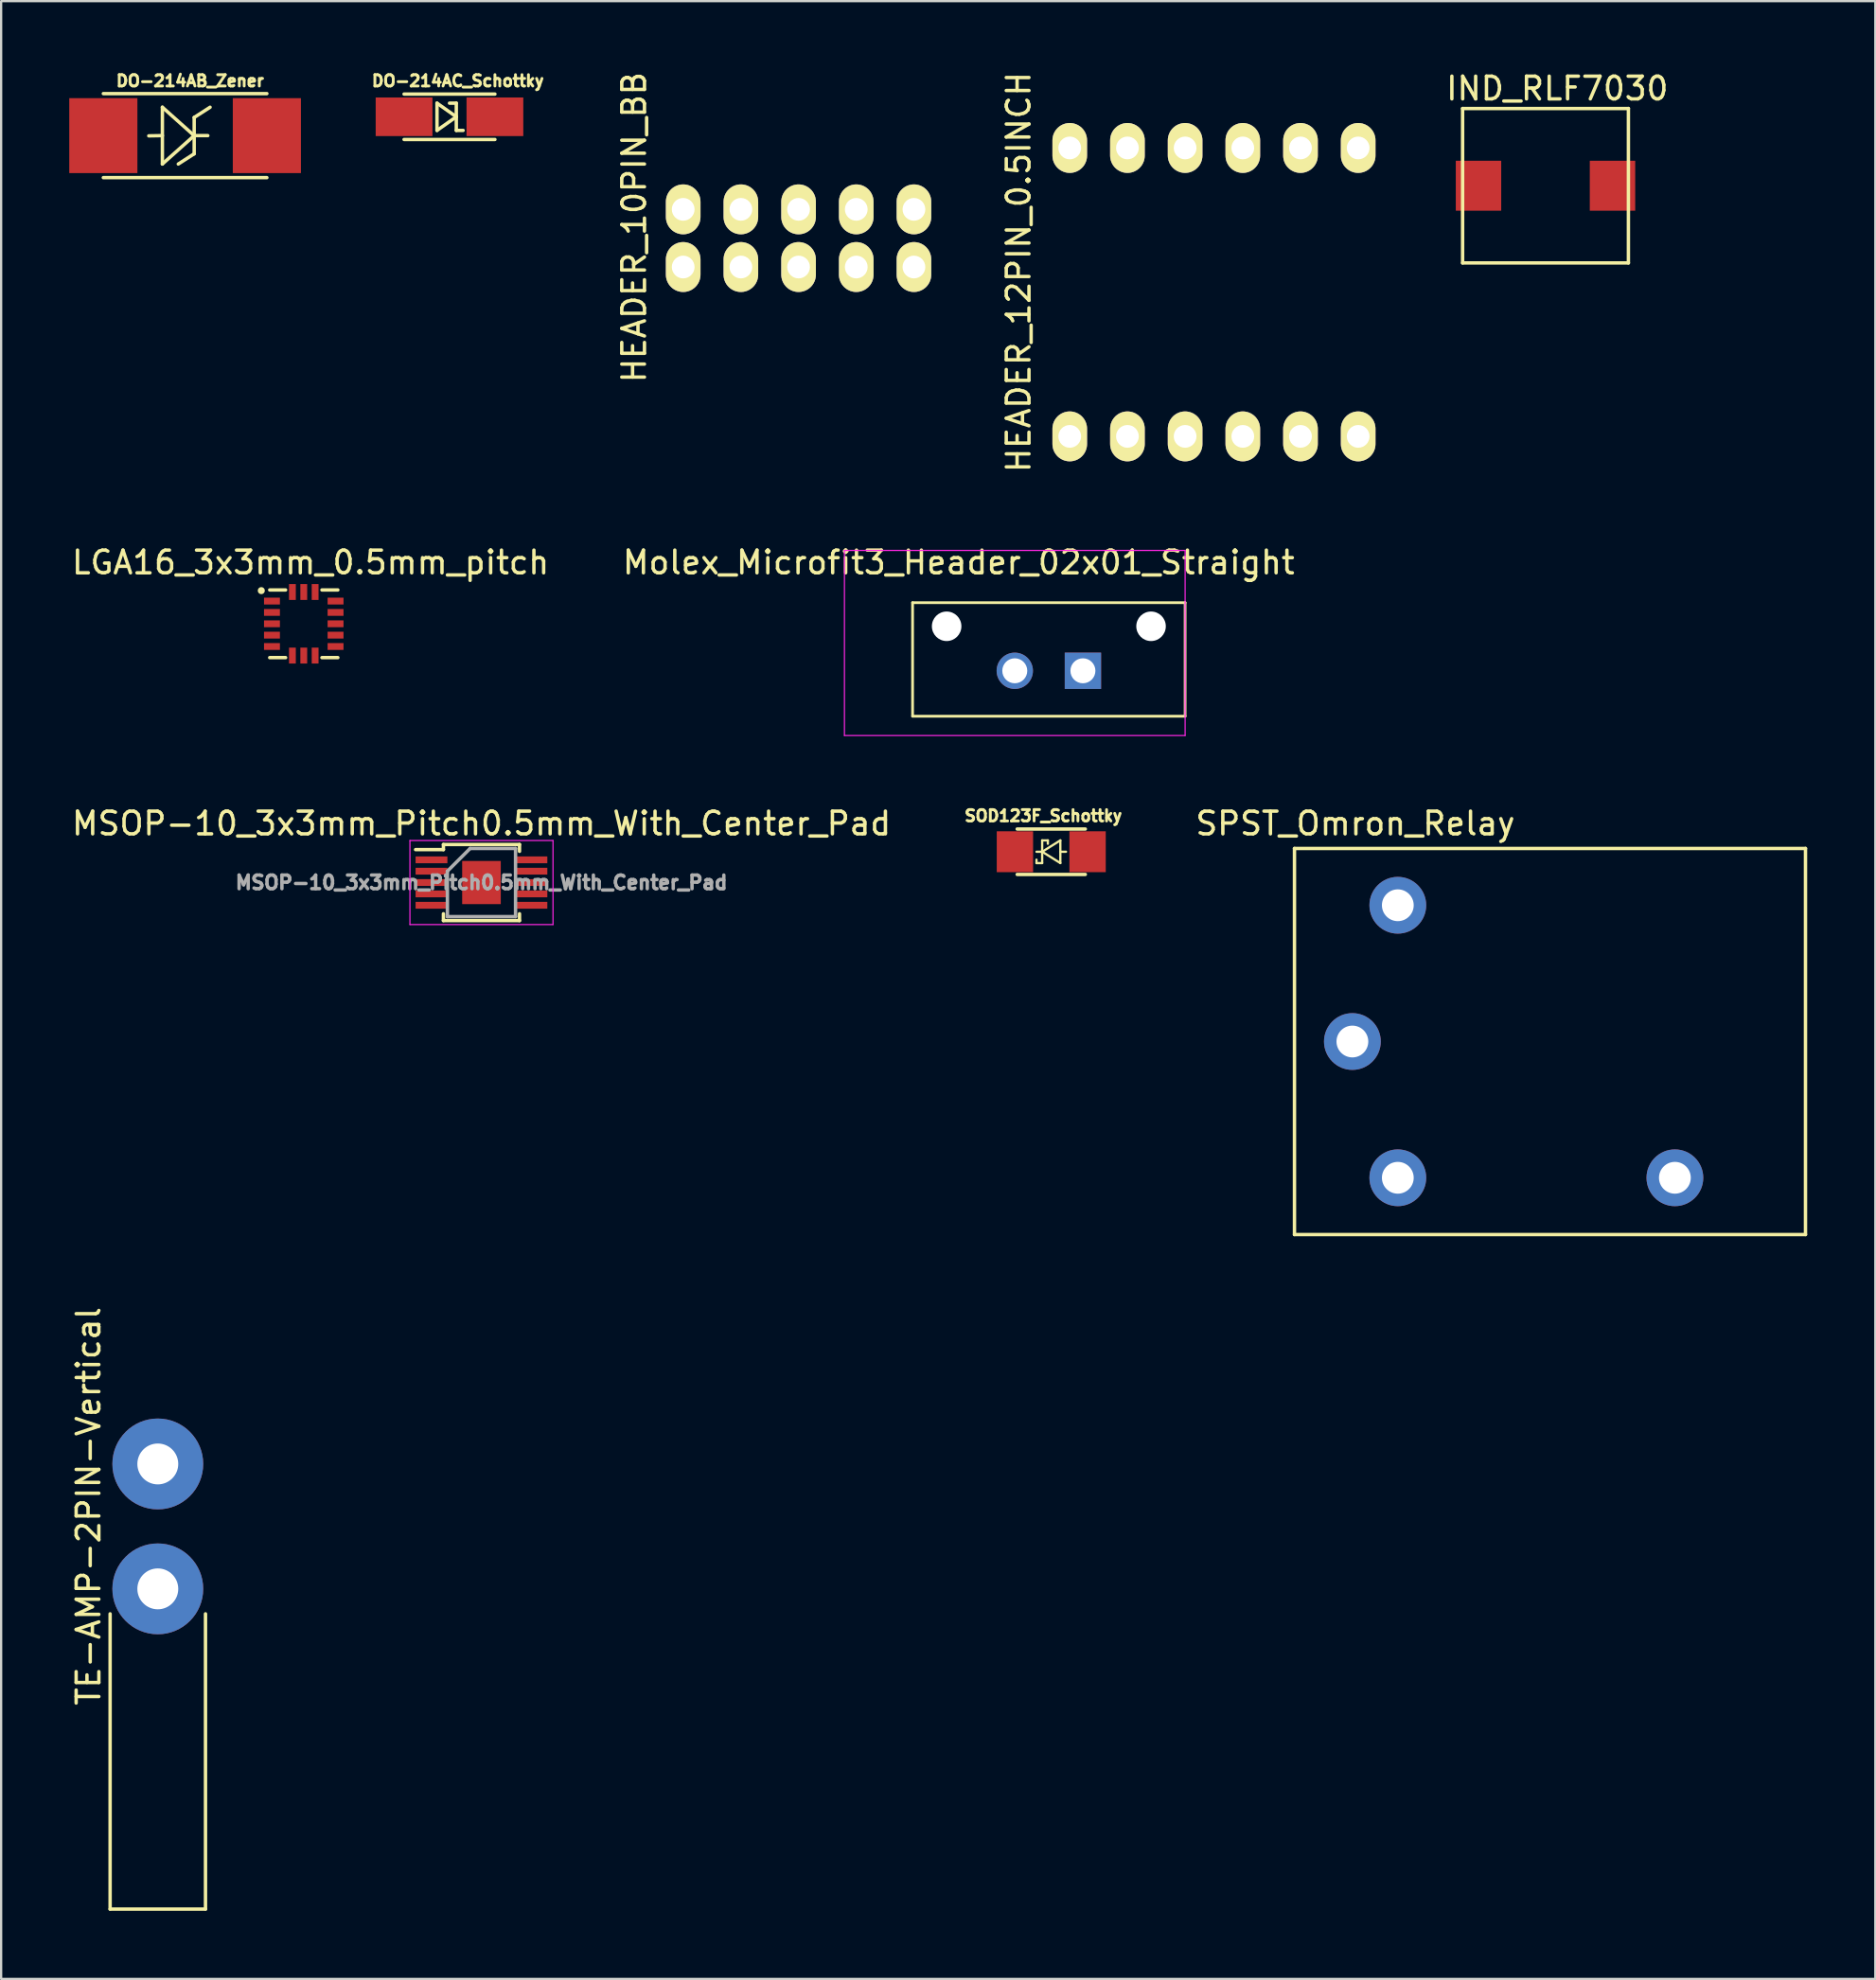
<source format=kicad_pcb>
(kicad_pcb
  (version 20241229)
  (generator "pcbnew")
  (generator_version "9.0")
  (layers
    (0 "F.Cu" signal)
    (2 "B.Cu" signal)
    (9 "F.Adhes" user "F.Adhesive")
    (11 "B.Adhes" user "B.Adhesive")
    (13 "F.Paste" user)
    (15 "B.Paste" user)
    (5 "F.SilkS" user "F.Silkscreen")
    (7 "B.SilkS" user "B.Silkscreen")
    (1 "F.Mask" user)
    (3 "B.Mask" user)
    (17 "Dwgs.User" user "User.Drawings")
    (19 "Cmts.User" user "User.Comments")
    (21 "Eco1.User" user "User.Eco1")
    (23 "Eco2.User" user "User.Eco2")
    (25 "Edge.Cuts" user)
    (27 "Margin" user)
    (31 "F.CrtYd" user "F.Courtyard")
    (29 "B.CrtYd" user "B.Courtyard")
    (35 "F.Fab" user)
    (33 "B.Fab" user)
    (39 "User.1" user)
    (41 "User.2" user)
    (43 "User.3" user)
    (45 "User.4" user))
  (footprint "DO-214AB_Zener"
    (layer "F.Cu")
    (at 1.5 2.922)
    (property "Reference" "DO-214AB_Zener" (at 3.82 -2.41 0) (layer "F.SilkS") (effects (font (size 0.5 0.5) (thickness 0.125))))
    (attr through_hole)
    (fp_line (start 0 -1.85) (end 7.2 -1.85) (stroke (width 0.15) (type solid)) (layer "F.SilkS"))
    (fp_line (start 0 1.85) (end 7.2 1.85) (stroke (width 0.15) (type solid)) (layer "F.SilkS"))
    (fp_line (start 2.6 -1.25) (end 2.6 1.25) (stroke (width 0.15) (type solid)) (layer "F.SilkS"))
    (fp_line (start 2.6 0) (end 2 0.01) (stroke (width 0.15) (type solid)) (layer "F.SilkS"))
    (fp_line (start 2.6 1.25) (end 4 0) (stroke (width 0.15) (type solid)) (layer "F.SilkS"))
    (fp_line (start 4 -0.8) (end 4.7 -1.25) (stroke (width 0.15) (type solid)) (layer "F.SilkS"))
    (fp_line (start 4 0) (end 2.6 -1.25) (stroke (width 0.15) (type solid)) (layer "F.SilkS"))
    (fp_line (start 4 0) (end 4.6 0) (stroke (width 0.15) (type solid)) (layer "F.SilkS"))
    (fp_line (start 4 0.8) (end 3.3 1.25) (stroke (width 0.15) (type solid)) (layer "F.SilkS"))
    (fp_line (start 4 0.8) (end 4 -0.8) (stroke (width 0.15) (type solid)) (layer "F.SilkS"))
    (pad "1" smd rect (at 7.2 0) (size 3 3.3) (layers "F.Cu" "F.Mask" "F.Paste"))
    (pad "2" smd rect (at 0 0) (size 3 3.3) (layers "F.Cu" "F.Mask" "F.Paste")))
  (footprint "Molex_Microfit3_Header_02x01_Straight"
    (layer "F.Cu")
    (at 44.631 26.487)
    (property "Reference" "Molex_Microfit3_Header_02x01_Straight" (at -5.47 -4.77 0) (layer "F.SilkS") (effects (font (size 1 1) (thickness 0.15))))
    (attr through_hole)
    (fp_line (start -7.5 2) (end -7.5 -3) (stroke (width 0.12) (type solid)) (layer "F.SilkS"))
    (fp_line (start 4.5 -3) (end -7.5 -3) (stroke (width 0.12) (type solid)) (layer "F.SilkS"))
    (fp_line (start 4.5 -3) (end 4.5 2) (stroke (width 0.12) (type solid)) (layer "F.SilkS"))
    (fp_line (start 4.5 2) (end -7.5 2) (stroke (width 0.12) (type solid)) (layer "F.SilkS"))
    (fp_line (start -10.5 2.85) (end -10.5 -5.3) (stroke (width 0.05) (type solid)) (layer "F.CrtYd"))
    (fp_line (start 4.5 -5.3) (end -10.5 -5.3) (stroke (width 0.05) (type solid)) (layer "F.CrtYd"))
    (fp_line (start 4.5 2.85) (end -10.5 2.85) (stroke (width 0.05) (type solid)) (layer "F.CrtYd"))
    (fp_line (start 4.5 2.85) (end 4.5 -5.3) (stroke (width 0.05) (type solid)) (layer "F.CrtYd"))
    (pad "" np_thru_hole circle (at -6 -1.96) (size 1.3 1.3) (drill 1.3) (layers "*.Cu" "*.Mask"))
    (pad "" np_thru_hole circle (at 3 -1.96) (size 1.3 1.3) (drill 1.3) (layers "*.Cu" "*.Mask"))
    (pad "1" thru_hole rect (at 0 0) (size 1.6 1.6) (drill 1.1) (layers "*.Cu" "*.Mask"))
    (pad "2" thru_hole circle (at -3 0) (size 1.6 1.6) (drill 1.1) (layers "*.Cu" "*.Mask")))
  (footprint "SPST_Omron_Relay"
    (layer "F.Cu")
    (at 56.496 42.811)
    (property "Reference" "SPST_Omron_Relay" (at 0.13 -9.6 0) (layer "F.SilkS") (effects (font (size 1 1) (thickness 0.15))))
    (attr through_hole)
    (fp_line (start -2.55 -8.5) (end 19.95 -8.5) (stroke (width 0.15) (type solid)) (layer "F.SilkS"))
    (fp_line (start -2.55 8.5) (end -2.55 -8.5) (stroke (width 0.15) (type solid)) (layer "F.SilkS"))
    (fp_line (start 19.95 -8.5) (end 19.95 8.5) (stroke (width 0.15) (type solid)) (layer "F.SilkS"))
    (fp_line (start 19.95 8.5) (end -2.55 8.5) (stroke (width 0.15) (type solid)) (layer "F.SilkS"))
    (pad "1" thru_hole circle (at 0 0) (size 2.5 2.5) (drill 1.4) (layers "*.Cu" "*.Mask"))
    (pad "2" thru_hole circle (at 2 6) (size 2.5 2.5) (drill 1.4) (layers "*.Cu" "*.Mask"))
    (pad "3" thru_hole circle (at 14.2 6) (size 2.5 2.5) (drill 1.4) (layers "*.Cu" "*.Mask"))
    (pad "5" thru_hole circle (at 2 -6) (size 2.5 2.5) (drill 1.4) (layers "*.Cu" "*.Mask")))
  (footprint "MSOP-10_3x3mm_Pitch0.5mm_With_Center_Pad"
    (layer "F.Cu")
    (at 18.149 35.811)
    (property "Reference" "MSOP-10_3x3mm_Pitch0.5mm_With_Center_Pad" (at 0 -2.6 0) (layer "F.SilkS") (effects (font (size 1 1) (thickness 0.15))))
    (attr smd)
    (fp_line (start -1.675 -1.675) (end -1.675 -1.45) (stroke (width 0.15) (type solid)) (layer "F.SilkS"))
    (fp_line (start -1.675 -1.675) (end 1.675 -1.675) (stroke (width 0.15) (type solid)) (layer "F.SilkS"))
    (fp_line (start -1.675 -1.45) (end -2.9 -1.45) (stroke (width 0.15) (type solid)) (layer "F.SilkS"))
    (fp_line (start -1.675 1.675) (end -1.675 1.375) (stroke (width 0.15) (type solid)) (layer "F.SilkS"))
    (fp_line (start -1.675 1.675) (end 1.675 1.675) (stroke (width 0.15) (type solid)) (layer "F.SilkS"))
    (fp_line (start 1.675 -1.675) (end 1.675 -1.375) (stroke (width 0.15) (type solid)) (layer "F.SilkS"))
    (fp_line (start 1.675 1.675) (end 1.675 1.375) (stroke (width 0.15) (type solid)) (layer "F.SilkS"))
    (fp_line (start -3.15 -1.85) (end -3.15 1.85) (stroke (width 0.05) (type solid)) (layer "F.CrtYd"))
    (fp_line (start -3.15 -1.85) (end 3.15 -1.85) (stroke (width 0.05) (type solid)) (layer "F.CrtYd"))
    (fp_line (start -3.15 1.85) (end 3.15 1.85) (stroke (width 0.05) (type solid)) (layer "F.CrtYd"))
    (fp_line (start 3.15 -1.85) (end 3.15 1.85) (stroke (width 0.05) (type solid)) (layer "F.CrtYd"))
    (fp_line (start -1.5 -0.5) (end -0.5 -1.5) (stroke (width 0.15) (type solid)) (layer "F.Fab"))
    (fp_line (start -1.5 1.5) (end -1.5 -0.5) (stroke (width 0.15) (type solid)) (layer "F.Fab"))
    (fp_line (start -0.5 -1.5) (end 1.5 -1.5) (stroke (width 0.15) (type solid)) (layer "F.Fab"))
    (fp_line (start 1.5 -1.5) (end 1.5 1.5) (stroke (width 0.15) (type solid)) (layer "F.Fab"))
    (fp_line (start 1.5 1.5) (end -1.5 1.5) (stroke (width 0.15) (type solid)) (layer "F.Fab"))
    (fp_text user "${REFERENCE}" (at 0 0 0) (layer "F.Fab") (effects (font (size 0.6 0.6) (thickness 0.15))))
    (pad "1" smd rect (at -2.2 -1) (size 1.4 0.3) (layers "F.Cu" "F.Mask" "F.Paste"))
    (pad "2" smd rect (at -2.2 -0.5) (size 1.4 0.3) (layers "F.Cu" "F.Mask" "F.Paste"))
    (pad "3" smd rect (at -2.2 0) (size 1.4 0.3) (layers "F.Cu" "F.Mask" "F.Paste"))
    (pad "4" smd rect (at -2.2 0.5) (size 1.4 0.3) (layers "F.Cu" "F.Mask" "F.Paste"))
    (pad "5" smd rect (at -2.2 1) (size 1.4 0.3) (layers "F.Cu" "F.Mask" "F.Paste"))
    (pad "6" smd rect (at 2.2 1) (size 1.4 0.3) (layers "F.Cu" "F.Mask" "F.Paste"))
    (pad "7" smd rect (at 2.2 0.5) (size 1.4 0.3) (layers "F.Cu" "F.Mask" "F.Paste"))
    (pad "8" smd rect (at 2.2 0) (size 1.4 0.3) (layers "F.Cu" "F.Mask" "F.Paste"))
    (pad "9" smd rect (at 2.2 -0.5) (size 1.4 0.3) (layers "F.Cu" "F.Mask" "F.Paste"))
    (pad "10" smd rect (at 2.2 -1) (size 1.4 0.3) (layers "F.Cu" "F.Mask" "F.Paste"))
    (pad "11" smd rect (at 0 0) (size 1.7 1.9) (layers "F.Cu" "F.Mask" "F.Paste")))
  (footprint "LGA16_3x3mm_0.5mm_pitch"
    (layer "F.Cu")
    (at 8.925 23.417)
    (property "Reference" "LGA16_3x3mm_0.5mm_pitch" (at 1.7 -1.7 0) (layer "F.SilkS") (effects (font (size 1 1) (thickness 0.15))))
    (attr through_hole)
    (fp_line (start -0.1 -0.49) (end 0.6 -0.49) (stroke (width 0.15) (type solid)) (layer "F.SilkS"))
    (fp_line (start -0.1 2.49) (end 0.6 2.49) (stroke (width 0.15) (type solid)) (layer "F.SilkS"))
    (fp_line (start 2.2 -0.49) (end 2.9 -0.49) (stroke (width 0.15) (type solid)) (layer "F.SilkS"))
    (fp_line (start 2.2 2.49) (end 2.9 2.49) (stroke (width 0.15) (type solid)) (layer "F.SilkS"))
    (fp_circle (center -0.47 -0.46) (end -0.46 -0.54) (stroke (width 0.15) (type solid)) (fill no) (layer "F.SilkS"))
    (pad "1" smd rect (at 0 0) (size 0.7 0.3) (layers "F.Cu" "F.Mask" "F.Paste"))
    (pad "2" smd rect (at 0 0.5) (size 0.7 0.3) (layers "F.Cu" "F.Mask" "F.Paste"))
    (pad "3" smd rect (at 0 1) (size 0.7 0.3) (layers "F.Cu" "F.Mask" "F.Paste"))
    (pad "4" smd rect (at 0 1.5) (size 0.7 0.3) (layers "F.Cu" "F.Mask" "F.Paste"))
    (pad "5" smd rect (at 0 2) (size 0.7 0.3) (layers "F.Cu" "F.Mask" "F.Paste"))
    (pad "6" smd rect (at 0.9 2.4) (size 0.3 0.7) (layers "F.Cu" "F.Mask" "F.Paste"))
    (pad "7" smd rect (at 1.4 2.4) (size 0.3 0.7) (layers "F.Cu" "F.Mask" "F.Paste"))
    (pad "8" smd rect (at 1.9 2.4) (size 0.3 0.7) (layers "F.Cu" "F.Mask" "F.Paste"))
    (pad "9" smd rect (at 2.8 2) (size 0.7 0.3) (layers "F.Cu" "F.Mask" "F.Paste"))
    (pad "10" smd rect (at 2.8 1.5) (size 0.7 0.3) (layers "F.Cu" "F.Mask" "F.Paste"))
    (pad "11" smd rect (at 2.8 1) (size 0.7 0.3) (layers "F.Cu" "F.Mask" "F.Paste"))
    (pad "12" smd rect (at 2.8 0.5) (size 0.7 0.3) (layers "F.Cu" "F.Mask" "F.Paste"))
    (pad "13" smd rect (at 2.8 0) (size 0.7 0.3) (layers "F.Cu" "F.Mask" "F.Paste"))
    (pad "14" smd rect (at 1.9 -0.4) (size 0.3 0.7) (layers "F.Cu" "F.Mask" "F.Paste"))
    (pad "15" smd rect (at 1.4 -0.4) (size 0.3 0.7) (layers "F.Cu" "F.Mask" "F.Paste"))
    (pad "16" smd rect (at 0.9 -0.4) (size 0.3 0.7) (layers "F.Cu" "F.Mask" "F.Paste")))
  (footprint "HEADER_12PIN_0.5INCH"
    (layer "F.Cu")
    (at 50.401 9.815)
    (property "Reference" "HEADER_12PIN_0.5INCH" (at -8.6 -0.88 90) (layer "F.SilkS") (effects (font (size 1 1) (thickness 0.15))))
    (attr through_hole)
    (pad "1" thru_hole oval (at -6.35 6.35) (size 1.524 2.197) (drill 1.001) (layers "*.Cu" "*.Mask" "F.SilkS"))
    (pad "2" thru_hole oval (at -3.81 6.35) (size 1.524 2.197) (drill 1.001) (layers "*.Cu" "*.Mask" "F.SilkS"))
    (pad "3" thru_hole oval (at -1.27 6.35) (size 1.524 2.197) (drill 1.001) (layers "*.Cu" "*.Mask" "F.SilkS"))
    (pad "4" thru_hole oval (at 1.27 6.35) (size 1.524 2.197) (drill 1.001) (layers "*.Cu" "*.Mask" "F.SilkS"))
    (pad "5" thru_hole oval (at 3.81 6.35) (size 1.524 2.197) (drill 1.001) (layers "*.Cu" "*.Mask" "F.SilkS"))
    (pad "6" thru_hole oval (at 6.35 6.35) (size 1.524 2.197) (drill 1.001) (layers "*.Cu" "*.Mask" "F.SilkS"))
    (pad "7" thru_hole oval (at 6.35 -6.35) (size 1.524 2.197) (drill 1.001) (layers "*.Cu" "*.Mask" "F.SilkS"))
    (pad "8" thru_hole oval (at 3.81 -6.35) (size 1.524 2.197) (drill 1.001) (layers "*.Cu" "*.Mask" "F.SilkS"))
    (pad "9" thru_hole oval (at 1.27 -6.35) (size 1.524 2.197) (drill 1.001) (layers "*.Cu" "*.Mask" "F.SilkS"))
    (pad "10" thru_hole oval (at -1.27 -6.35) (size 1.524 2.197) (drill 1.001) (layers "*.Cu" "*.Mask" "F.SilkS"))
    (pad "11" thru_hole oval (at -3.81 -6.35) (size 1.524 2.197) (drill 1.001) (layers "*.Cu" "*.Mask" "F.SilkS"))
    (pad "12" thru_hole oval (at -6.35 -6.35) (size 1.524 2.197) (drill 1.001) (layers "*.Cu" "*.Mask" "F.SilkS")))
  (footprint "HEADER_10PIN_BB"
    (layer "F.Cu")
    (at 32.111 7.438)
    (property "Reference" "HEADER_10PIN_BB" (at -7.24 -0.48 90) (layer "F.SilkS") (effects (font (size 1 1) (thickness 0.15))))
    (attr through_hole)
    (pad "1" thru_hole oval (at -5.08 1.27) (size 1.524 2.197) (drill 1.001) (layers "*.Cu" "*.Mask" "F.SilkS"))
    (pad "2" thru_hole oval (at -5.08 -1.27) (size 1.524 2.197) (drill 1.001) (layers "*.Cu" "*.Mask" "F.SilkS"))
    (pad "3" thru_hole oval (at -2.54 1.27) (size 1.524 2.197) (drill 1.001) (layers "*.Cu" "*.Mask" "F.SilkS"))
    (pad "4" thru_hole oval (at -2.54 -1.27) (size 1.524 2.197) (drill 1.001) (layers "*.Cu" "*.Mask" "F.SilkS"))
    (pad "5" thru_hole oval (at 0 1.27) (size 1.524 2.197) (drill 1.001) (layers "*.Cu" "*.Mask" "F.SilkS"))
    (pad "6" thru_hole oval (at 0 -1.27) (size 1.524 2.197) (drill 1.001) (layers "*.Cu" "*.Mask" "F.SilkS"))
    (pad "7" thru_hole oval (at 2.54 1.27) (size 1.524 2.197) (drill 1.001) (layers "*.Cu" "*.Mask" "F.SilkS"))
    (pad "8" thru_hole oval (at 2.54 -1.27) (size 1.524 2.197) (drill 1.001) (layers "*.Cu" "*.Mask" "F.SilkS"))
    (pad "9" thru_hole oval (at 5.08 1.27) (size 1.524 2.197) (drill 1.001) (layers "*.Cu" "*.Mask" "F.SilkS"))
    (pad "10" thru_hole oval (at 5.08 -1.27) (size 1.524 2.197) (drill 1.001) (layers "*.Cu" "*.Mask" "F.SilkS")))
  (footprint "SOD123F_Schottky"
    (layer "F.Cu")
    (at 43.237 34.454)
    (property "Reference" "SOD123F_Schottky" (at -0.35 -1.58 0) (layer "F.SilkS") (effects (font (size 0.5 0.5) (thickness 0.125))))
    (attr through_hole)
    (fp_line (start -1.5 -1) (end 1.5 -1) (stroke (width 0.15) (type solid)) (layer "F.SilkS"))
    (fp_line (start -1.5 1) (end 1.5 1) (stroke (width 0.15) (type solid)) (layer "F.SilkS"))
    (fp_line (start -0.65 0.5) (end -0.65 0.35) (stroke (width 0.1) (type solid)) (layer "F.SilkS"))
    (fp_line (start -0.4 -0.5) (end -0.4 0.5) (stroke (width 0.1) (type solid)) (layer "F.SilkS"))
    (fp_line (start -0.4 -0.5) (end -0.15 -0.5) (stroke (width 0.1) (type solid)) (layer "F.SilkS"))
    (fp_line (start -0.4 0) (end -0.65 0) (stroke (width 0.1) (type solid)) (layer "F.SilkS"))
    (fp_line (start -0.4 0) (end 0.4 -0.5) (stroke (width 0.1) (type solid)) (layer "F.SilkS"))
    (fp_line (start -0.4 0) (end 0.4 0.5) (stroke (width 0.1) (type solid)) (layer "F.SilkS"))
    (fp_line (start -0.4 0.5) (end -0.65 0.5) (stroke (width 0.1) (type solid)) (layer "F.SilkS"))
    (fp_line (start -0.15 -0.5) (end -0.15 -0.35) (stroke (width 0.1) (type solid)) (layer "F.SilkS"))
    (fp_line (start 0.4 -0.5) (end 0.4 0.5) (stroke (width 0.1) (type solid)) (layer "F.SilkS"))
    (fp_line (start 0.4 0) (end 0.65 0) (stroke (width 0.1) (type solid)) (layer "F.SilkS"))
    (pad "1" smd rect (at 1.6 0) (size 1.6 1.8) (layers "F.Cu" "F.Mask" "F.Paste"))
    (pad "2" smd rect (at -1.6 0) (size 1.6 1.8) (layers "F.Cu" "F.Mask" "F.Paste")))
  (footprint "IND_RLF7030"
    (layer "F.Cu")
    (at 64.999 5.128)
    (property "Reference" "IND_RLF7030" (at 0.52 -4.28 0) (layer "F.SilkS") (effects (font (size 1 1) (thickness 0.15))))
    (attr through_hole)
    (fp_line (start -3.65 -3.4) (end -3.65 3.4) (stroke (width 0.15) (type solid)) (layer "F.SilkS"))
    (fp_line (start -3.65 -3.4) (end 3.65 -3.4) (stroke (width 0.15) (type solid)) (layer "F.SilkS"))
    (fp_line (start -3.65 3.4) (end 3.65 3.4) (stroke (width 0.15) (type solid)) (layer "F.SilkS"))
    (fp_line (start 3.65 3.4) (end 3.65 -3.4) (stroke (width 0.15) (type solid)) (layer "F.SilkS"))
    (pad "1" smd rect (at -2.95 0) (size 2 2.2) (layers "F.Cu" "F.Mask" "F.Paste"))
    (pad "2" smd rect (at 2.95 0) (size 2 2.2) (layers "F.Cu" "F.Mask" "F.Paste")))
  (footprint "DO-214AC_Schottky"
    (layer "F.Cu")
    (at 14.741 2.092)
    (property "Reference" "DO-214AC_Schottky" (at 2.37 -1.58 0) (layer "F.SilkS") (effects (font (size 0.5 0.5) (thickness 0.125))))
    (attr through_hole)
    (fp_line (start 0 -1) (end 4 -1) (stroke (width 0.15) (type solid)) (layer "F.SilkS"))
    (fp_line (start 0 1) (end 4 1) (stroke (width 0.15) (type solid)) (layer "F.SilkS"))
    (fp_line (start 1.45 -0.6) (end 1.45 0.6) (stroke (width 0.15) (type solid)) (layer "F.SilkS"))
    (fp_line (start 1.45 0.6) (end 2.3 0) (stroke (width 0.15) (type solid)) (layer "F.SilkS"))
    (fp_line (start 2 -0.6) (end 2.3 -0.6) (stroke (width 0.15) (type solid)) (layer "F.SilkS"))
    (fp_line (start 2.3 -0.6) (end 2.3 0.6) (stroke (width 0.15) (type solid)) (layer "F.SilkS"))
    (fp_line (start 2.3 0) (end 1.45 -0.6) (stroke (width 0.15) (type solid)) (layer "F.SilkS"))
    (fp_line (start 2.3 0.6) (end 2.6 0.6) (stroke (width 0.15) (type solid)) (layer "F.SilkS"))
    (pad "1" smd rect (at 0 0) (size 2.5 1.7) (layers "F.Cu" "F.Mask" "F.Paste"))
    (pad "2" smd rect (at 4 0) (size 2.5 1.7) (layers "F.Cu" "F.Mask" "F.Paste")))
  (footprint "TE-AMP-2PIN-Vertical"
    (layer "F.Cu")
    (at 3.898 66.912)
    (property "Reference" "TE-AMP-2PIN-Vertical" (at -3.05 -3.64 90) (layer "F.SilkS") (effects (font (size 1 1) (thickness 0.15))))
    (attr through_hole)
    (fp_line (start -2.1 1.1) (end -2.1 14.1) (stroke (width 0.15) (type solid)) (layer "F.SilkS"))
    (fp_line (start -2.1 14.1) (end 2.1 14.1) (stroke (width 0.15) (type solid)) (layer "F.SilkS"))
    (fp_line (start 2.1 1.1) (end 2.1 14.1) (stroke (width 0.15) (type solid)) (layer "F.SilkS"))
    (pad "1" thru_hole circle (at 0 0) (size 4 4) (drill 1.8) (layers "*.Cu" "*.Mask"))
    (pad "2" thru_hole circle (at 0 -5.5) (size 4 4) (drill 1.8) (layers "*.Cu" "*.Mask")))
  (gr_rect
    (start -3 -3)
    (end 79.521 84.087)
    (stroke (width 0.1) (type default))
    (fill no)
    (layer "Edge.Cuts")))
</source>
